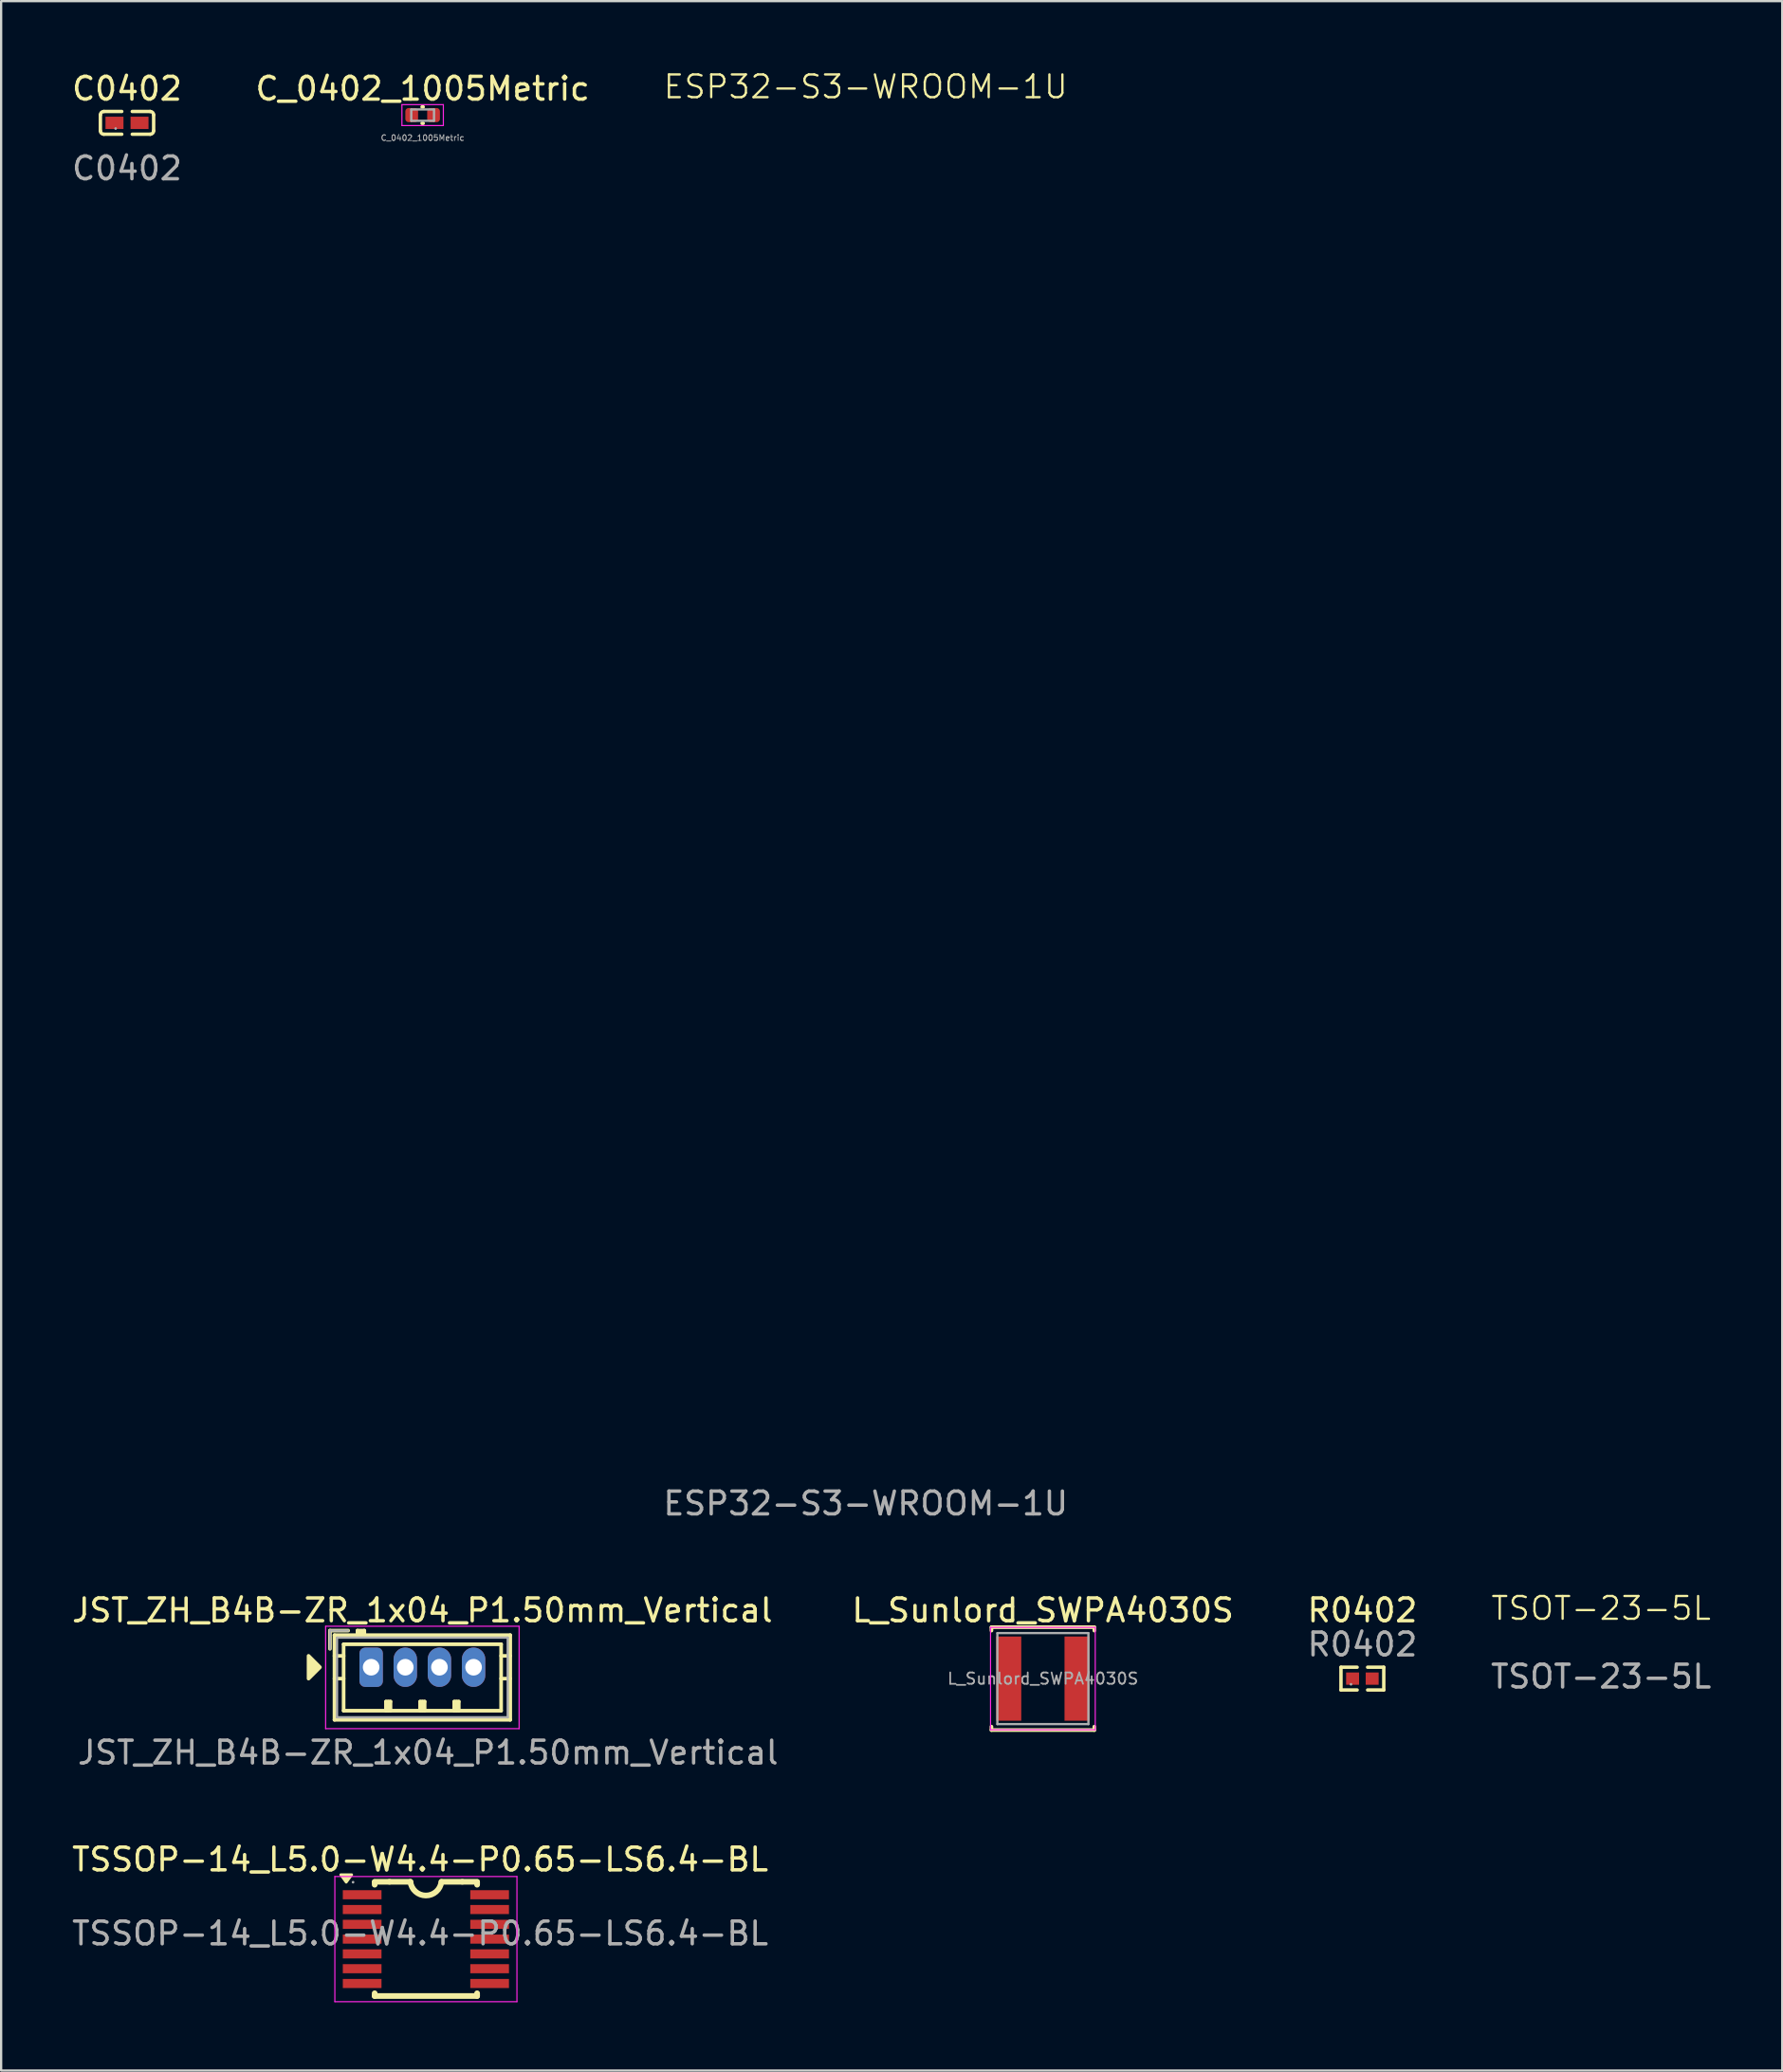
<source format=kicad_pcb>
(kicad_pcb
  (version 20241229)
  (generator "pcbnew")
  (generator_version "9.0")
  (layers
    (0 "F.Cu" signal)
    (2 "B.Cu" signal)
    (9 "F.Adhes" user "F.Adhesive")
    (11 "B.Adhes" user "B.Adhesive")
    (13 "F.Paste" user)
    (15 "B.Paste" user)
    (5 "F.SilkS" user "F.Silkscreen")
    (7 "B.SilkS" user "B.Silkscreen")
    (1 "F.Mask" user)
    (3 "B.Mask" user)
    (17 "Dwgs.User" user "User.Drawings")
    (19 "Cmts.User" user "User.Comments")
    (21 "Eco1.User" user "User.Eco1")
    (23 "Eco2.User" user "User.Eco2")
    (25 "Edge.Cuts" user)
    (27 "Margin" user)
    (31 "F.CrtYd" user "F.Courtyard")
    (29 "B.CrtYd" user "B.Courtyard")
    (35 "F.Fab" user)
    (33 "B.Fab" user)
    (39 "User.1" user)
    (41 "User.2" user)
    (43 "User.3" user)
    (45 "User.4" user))
  (footprint "ESP32-S3-WROOM-1U"
    (layer "F.Cu")
    (at 34.982 33.511)
    (property "Reference" "ESP32-S3-WROOM-1U" (at 0 -32.75 0) (unlocked yes) (layer "F.SilkS") (effects (font (size 1 1) (thickness 0.1))))
    (attr smd)
    (fp_text user "${REFERENCE}" (at 0 29.5 0) (unlocked yes) (layer "F.Fab") (effects (font (size 1 1) (thickness 0.15)))))
  (footprint "C0402"
    (layer "F.Cu")
    (at 2.53 2.348)
    (property "Reference" "C0402" (at 0 -1.5 0) (layer "F.SilkS") (effects (font (size 1 1) (thickness 0.15))))
    (attr smd)
    (fp_line (start -1.17 0.35) (end -1.17 -0.35) (stroke (width 0.15) (type solid)) (layer "F.SilkS"))
    (fp_line (start -1.02 -0.5) (end -0.23 -0.5) (stroke (width 0.15) (type solid)) (layer "F.SilkS"))
    (fp_line (start -0.23 0.5) (end -1.02 0.5) (stroke (width 0.15) (type solid)) (layer "F.SilkS"))
    (fp_line (start 0.23 0.5) (end 1.02 0.5) (stroke (width 0.15) (type solid)) (layer "F.SilkS"))
    (fp_line (start 1.02 -0.5) (end 0.23 -0.5) (stroke (width 0.15) (type solid)) (layer "F.SilkS"))
    (fp_line (start 1.17 0.35) (end 1.17 -0.35) (stroke (width 0.15) (type solid)) (layer "F.SilkS"))
    (fp_arc (start -1.17 -0.35) (mid -1.126066 -0.456066) (end -1.02 -0.5) (stroke (width 0.15) (type solid)) (layer "F.SilkS"))
    (fp_arc (start -1.02 0.5) (mid -1.126066 0.456066) (end -1.17 0.35) (stroke (width 0.15) (type solid)) (layer "F.SilkS"))
    (fp_arc (start 1.02 -0.5) (mid 1.126066 -0.456066) (end 1.17 -0.35) (stroke (width 0.15) (type solid)) (layer "F.SilkS"))
    (fp_arc (start 1.17 0.35) (mid 1.126066 0.456066) (end 1.02 0.5) (stroke (width 0.15) (type solid)) (layer "F.SilkS"))
    (fp_circle (center -0.5 0.25) (end -0.47 0.25) (stroke (width 0.06) (type solid)) (fill no) (layer "F.Fab"))
    (fp_text user "${REFERENCE}" (at 0 2 0) (layer "F.Fab") (effects (font (size 1 1) (thickness 0.15))))
    (pad "1" smd rect (at -0.55 0) (size 0.79 0.54) (layers "F.Cu" "F.Mask" "F.Paste"))
    (pad "2" smd rect (at 0.55 0) (size 0.79 0.54) (layers "F.Cu" "F.Mask" "F.Paste")))
  (footprint "R0402"
    (layer "F.Cu")
    (at 56.804 70.707)
    (property "Reference" "R0402" (at 0 -3 0) (layer "F.SilkS") (effects (font (size 1 1) (thickness 0.15))))
    (attr smd)
    (fp_line (start -0.94 -0.5) (end -0.23 -0.5) (stroke (width 0.15) (type solid)) (layer "F.SilkS"))
    (fp_line (start -0.94 0.5) (end -0.94 -0.5) (stroke (width 0.15) (type solid)) (layer "F.SilkS"))
    (fp_line (start -0.23 0.5) (end -0.94 0.5) (stroke (width 0.15) (type solid)) (layer "F.SilkS"))
    (fp_line (start 0.23 0.5) (end 0.94 0.5) (stroke (width 0.15) (type solid)) (layer "F.SilkS"))
    (fp_line (start 0.94 -0.5) (end 0.23 -0.5) (stroke (width 0.15) (type solid)) (layer "F.SilkS"))
    (fp_line (start 0.94 0.5) (end 0.94 -0.5) (stroke (width 0.15) (type solid)) (layer "F.SilkS"))
    (fp_circle (center -0.5 0.25) (end -0.47 0.25) (stroke (width 0.06) (type solid)) (fill no) (layer "F.Fab"))
    (fp_text user "${REFERENCE}" (at 0 -1.5 0) (layer "F.Fab") (effects (font (size 1 1) (thickness 0.15))))
    (pad "1" smd rect (at -0.43 0) (size 0.57 0.54) (layers "F.Cu" "F.Mask" "F.Paste"))
    (pad "2" smd rect (at 0.43 0) (size 0.57 0.54) (layers "F.Cu" "F.Mask" "F.Paste")))
  (footprint "JST_ZH_B4B-ZR_1x04_P1.50mm_Vertical"
    (layer "F.Cu")
    (at 13.256 70.207)
    (property "Reference" "JST_ZH_B4B-ZR_1x04_P1.50mm_Vertical" (at 2.25 -2.5 0) (layer "F.SilkS") (effects (font (size 1 1) (thickness 0.15))))
    (attr through_hole)
    (fp_line (start -1.81 -1.61) (end -1.81 -0.81) (stroke (width 0.16) (type solid)) (layer "F.SilkS"))
    (fp_line (start -1.61 -1.41) (end -1.61 2.31) (stroke (width 0.16) (type solid)) (layer "F.SilkS"))
    (fp_line (start -1.61 -0.5) (end -1.21 -0.5) (stroke (width 0.16) (type solid)) (layer "F.SilkS"))
    (fp_line (start -1.61 0.5) (end -1.21 0.5) (stroke (width 0.16) (type solid)) (layer "F.SilkS"))
    (fp_line (start -1.61 2.31) (end 6.11 2.31) (stroke (width 0.16) (type solid)) (layer "F.SilkS"))
    (fp_line (start -1.21 -1.01) (end -1.21 1.91) (stroke (width 0.16) (type solid)) (layer "F.SilkS"))
    (fp_line (start -1.21 1.91) (end 5.71 1.91) (stroke (width 0.16) (type solid)) (layer "F.SilkS"))
    (fp_line (start -1.01 -1.61) (end -1.81 -1.61) (stroke (width 0.16) (type solid)) (layer "F.SilkS"))
    (fp_line (start -0.6 -1.61) (end -0.6 -1.41) (stroke (width 0.16) (type solid)) (layer "F.SilkS"))
    (fp_line (start -0.3 -1.61) (end -0.6 -1.61) (stroke (width 0.16) (type solid)) (layer "F.SilkS"))
    (fp_line (start -0.3 -1.51) (end -0.6 -1.51) (stroke (width 0.16) (type solid)) (layer "F.SilkS"))
    (fp_line (start -0.3 -1.41) (end -0.3 -1.61) (stroke (width 0.16) (type solid)) (layer "F.SilkS"))
    (fp_line (start 0.65 1.51) (end 0.85 1.51) (stroke (width 0.16) (type solid)) (layer "F.SilkS"))
    (fp_line (start 0.65 1.91) (end 0.65 1.51) (stroke (width 0.16) (type solid)) (layer "F.SilkS"))
    (fp_line (start 0.75 1.91) (end 0.75 1.51) (stroke (width 0.16) (type solid)) (layer "F.SilkS"))
    (fp_line (start 0.85 1.51) (end 0.85 1.91) (stroke (width 0.16) (type solid)) (layer "F.SilkS"))
    (fp_line (start 2.15 1.51) (end 2.35 1.51) (stroke (width 0.16) (type solid)) (layer "F.SilkS"))
    (fp_line (start 2.15 1.91) (end 2.15 1.51) (stroke (width 0.16) (type solid)) (layer "F.SilkS"))
    (fp_line (start 2.25 1.91) (end 2.25 1.51) (stroke (width 0.16) (type solid)) (layer "F.SilkS"))
    (fp_line (start 2.35 1.51) (end 2.35 1.91) (stroke (width 0.16) (type solid)) (layer "F.SilkS"))
    (fp_line (start 3.65 1.51) (end 3.85 1.51) (stroke (width 0.16) (type solid)) (layer "F.SilkS"))
    (fp_line (start 3.65 1.91) (end 3.65 1.51) (stroke (width 0.16) (type solid)) (layer "F.SilkS"))
    (fp_line (start 3.75 1.91) (end 3.75 1.51) (stroke (width 0.16) (type solid)) (layer "F.SilkS"))
    (fp_line (start 3.85 1.51) (end 3.85 1.91) (stroke (width 0.16) (type solid)) (layer "F.SilkS"))
    (fp_line (start 5.71 -1.01) (end -1.21 -1.01) (stroke (width 0.16) (type solid)) (layer "F.SilkS"))
    (fp_line (start 5.71 1.91) (end 5.71 -1.01) (stroke (width 0.16) (type solid)) (layer "F.SilkS"))
    (fp_line (start 6.11 -1.41) (end -1.61 -1.41) (stroke (width 0.16) (type solid)) (layer "F.SilkS"))
    (fp_line (start 6.11 -0.5) (end 5.71 -0.5) (stroke (width 0.16) (type solid)) (layer "F.SilkS"))
    (fp_line (start 6.11 0.5) (end 5.71 0.5) (stroke (width 0.16) (type solid)) (layer "F.SilkS"))
    (fp_line (start 6.11 2.31) (end 6.11 -1.41) (stroke (width 0.16) (type solid)) (layer "F.SilkS"))
    (fp_poly (pts (xy -2.75 -0.5) (xy -2.25 0) (xy -2.75 0.5)) (stroke (width 0.16) (type solid)) (fill yes) (layer "F.SilkS"))
    (fp_line (start -2 -1.8) (end -2 2.7) (stroke (width 0.05) (type solid)) (layer "F.CrtYd"))
    (fp_line (start -2 2.7) (end 6.5 2.7) (stroke (width 0.05) (type solid)) (layer "F.CrtYd"))
    (fp_line (start 6.5 -1.8) (end -2 -1.8) (stroke (width 0.05) (type solid)) (layer "F.CrtYd"))
    (fp_line (start 6.5 2.7) (end 6.5 -1.8) (stroke (width 0.05) (type solid)) (layer "F.CrtYd"))
    (fp_line (start -1.81 -1.61) (end -1.81 -0.81) (stroke (width 0.1) (type solid)) (layer "F.Fab"))
    (fp_line (start -1.5 -1.3) (end -1.5 2.2) (stroke (width 0.1) (type solid)) (layer "F.Fab"))
    (fp_line (start -1.5 2.2) (end 6 2.2) (stroke (width 0.1) (type solid)) (layer "F.Fab"))
    (fp_line (start -1.01 -1.61) (end -1.81 -1.61) (stroke (width 0.1) (type solid)) (layer "F.Fab"))
    (fp_line (start 6 -1.3) (end -1.5 -1.3) (stroke (width 0.1) (type solid)) (layer "F.Fab"))
    (fp_line (start 6 2.2) (end 6 -1.3) (stroke (width 0.1) (type solid)) (layer "F.Fab"))
    (fp_text user "${REFERENCE}" (at 2.5 3.75 0) (layer "F.Fab") (effects (font (size 1 1) (thickness 0.15))))
    (pad "1" thru_hole roundrect (at 0 0) (size 1.03 1.73) (drill 0.73) (layers "*.Cu" "*.Mask") (roundrect_rratio 0.243))
    (pad "2" thru_hole oval (at 1.5 0) (size 1.03 1.73) (drill 0.73) (layers "*.Cu" "*.Mask"))
    (pad "3" thru_hole oval (at 3 0) (size 1.03 1.73) (drill 0.73) (layers "*.Cu" "*.Mask"))
    (pad "4" thru_hole oval (at 4.5 0) (size 1.03 1.73) (drill 0.73) (layers "*.Cu" "*.Mask")))
  (footprint "TSSOP-14_L5.0-W4.4-P0.65-LS6.4-BL"
    (layer "F.Cu")
    (at 15.411 81.903)
    (property "Reference" "TSSOP-14_L5.0-W4.4-P0.65-LS6.4-BL" (at 0 -3.25 0) (layer "F.SilkS") (effects (font (size 1 1) (thickness 0.15))))
    (attr smd)
    (fp_line (start -2 -2.14) (end -2 -2.25) (stroke (width 0.25) (type solid)) (layer "F.SilkS"))
    (fp_line (start -2 2.75) (end -2 2.63) (stroke (width 0.25) (type solid)) (layer "F.SilkS"))
    (fp_line (start -1.35 -2.27) (end -2 -2.27) (stroke (width 0.25) (type solid)) (layer "F.SilkS"))
    (fp_line (start -1.35 -2.27) (end -0.43 -2.27) (stroke (width 0.25) (type solid)) (layer "F.SilkS"))
    (fp_line (start 0.94 -2.27) (end 1.85 -2.27) (stroke (width 0.25) (type solid)) (layer "F.SilkS"))
    (fp_line (start 1.85 -2.27) (end 2.5 -2.27) (stroke (width 0.25) (type solid)) (layer "F.SilkS"))
    (fp_line (start 2.5 -2.25) (end 2.5 -2.14) (stroke (width 0.25) (type solid)) (layer "F.SilkS"))
    (fp_line (start 2.5 2.63) (end 2.5 2.75) (stroke (width 0.25) (type solid)) (layer "F.SilkS"))
    (fp_line (start 2.5 2.75) (end -2 2.75) (stroke (width 0.25) (type solid)) (layer "F.SilkS"))
    (fp_arc (start 0.929454 -2.265488) (mid 0.247728 -1.665314) (end -0.43 -2.27) (stroke (width 0.25) (type solid)) (layer "F.SilkS"))
    (fp_poly (pts (xy -3.25 -2.25) (xy -3.49 -2.58) (xy -3.01 -2.58) (xy -3.25 -2.25)) (stroke (width 0.12) (type solid)) (fill yes) (layer "F.SilkS"))
    (fp_line (start -3.75 -2.5) (end 4.25 -2.5) (stroke (width 0.05) (type default)) (layer "F.CrtYd"))
    (fp_line (start -3.75 3) (end -3.75 -2.5) (stroke (width 0.05) (type default)) (layer "F.CrtYd"))
    (fp_line (start 4.25 -2.5) (end 4.25 3) (stroke (width 0.05) (type default)) (layer "F.CrtYd"))
    (fp_line (start 4.25 3) (end -3.75 3) (stroke (width 0.05) (type default)) (layer "F.CrtYd"))
    (fp_circle (center -2.95 -2.25) (end -2.95 -2.22) (stroke (width 0.06) (type solid)) (fill no) (layer "F.Fab"))
    (fp_text user "${REFERENCE}" (at 0 0 0) (layer "F.Fab") (effects (font (size 1 1) (thickness 0.15))))
    (pad "1" smd rect (at -2.55 -1.7 270) (size 0.4 1.7) (layers "F.Cu" "F.Mask" "F.Paste"))
    (pad "2" smd rect (at -2.55 -1.05 270) (size 0.4 1.7) (layers "F.Cu" "F.Mask" "F.Paste"))
    (pad "3" smd rect (at -2.55 -0.4 270) (size 0.4 1.7) (layers "F.Cu" "F.Mask" "F.Paste"))
    (pad "4" smd rect (at -2.55 0.25 270) (size 0.4 1.7) (layers "F.Cu" "F.Mask" "F.Paste"))
    (pad "5" smd rect (at -2.55 0.9 270) (size 0.4 1.7) (layers "F.Cu" "F.Mask" "F.Paste"))
    (pad "6" smd rect (at -2.55 1.55 270) (size 0.4 1.7) (layers "F.Cu" "F.Mask" "F.Paste"))
    (pad "7" smd rect (at -2.55 2.2 270) (size 0.4 1.7) (layers "F.Cu" "F.Mask" "F.Paste"))
    (pad "8" smd rect (at 3.05 2.2 270) (size 0.4 1.7) (layers "F.Cu" "F.Mask" "F.Paste"))
    (pad "9" smd rect (at 3.05 1.55 270) (size 0.4 1.7) (layers "F.Cu" "F.Mask" "F.Paste"))
    (pad "10" smd rect (at 3.05 0.9 270) (size 0.4 1.7) (layers "F.Cu" "F.Mask" "F.Paste"))
    (pad "11" smd rect (at 3.05 0.25 270) (size 0.4 1.7) (layers "F.Cu" "F.Mask" "F.Paste"))
    (pad "12" smd rect (at 3.05 -0.4 270) (size 0.4 1.7) (layers "F.Cu" "F.Mask" "F.Paste"))
    (pad "13" smd rect (at 3.05 -1.05 270) (size 0.4 1.7) (layers "F.Cu" "F.Mask" "F.Paste"))
    (pad "14" smd rect (at 3.05 -1.7 270) (size 0.4 1.7) (layers "F.Cu" "F.Mask" "F.Paste")))
  (footprint "C_0402_1005Metric"
    (layer "F.Cu")
    (at 15.518 2.008)
    (property "Reference" "C_0402_1005Metric" (at 0 -1.16 0) (layer "F.SilkS") (effects (font (size 1 1) (thickness 0.15))))
    (attr smd)
    (fp_line (start -0.02 -0.36) (end 0.02 -0.36) (stroke (width 0.16) (type solid)) (layer "F.SilkS"))
    (fp_line (start -0.02 0.36) (end 0.02 0.36) (stroke (width 0.16) (type solid)) (layer "F.SilkS"))
    (fp_line (start -0.91 -0.46) (end 0.91 -0.46) (stroke (width 0.05) (type solid)) (layer "F.CrtYd"))
    (fp_line (start -0.91 0.46) (end -0.91 -0.46) (stroke (width 0.05) (type solid)) (layer "F.CrtYd"))
    (fp_line (start 0.91 -0.46) (end 0.91 0.46) (stroke (width 0.05) (type solid)) (layer "F.CrtYd"))
    (fp_line (start 0.91 0.46) (end -0.91 0.46) (stroke (width 0.05) (type solid)) (layer "F.CrtYd"))
    (fp_line (start -0.5 -0.25) (end 0.5 -0.25) (stroke (width 0.1) (type solid)) (layer "F.Fab"))
    (fp_line (start -0.5 0.25) (end -0.5 -0.25) (stroke (width 0.1) (type solid)) (layer "F.Fab"))
    (fp_line (start 0.5 -0.25) (end 0.5 0.25) (stroke (width 0.1) (type solid)) (layer "F.Fab"))
    (fp_line (start 0.5 0.25) (end -0.5 0.25) (stroke (width 0.1) (type solid)) (layer "F.Fab"))
    (fp_text user "${REFERENCE}" (at 0 1 0) (layer "F.Fab") (effects (font (size 0.25 0.25) (thickness 0.04))))
    (pad "1" smd roundrect (at -0.48 0) (size 0.56 0.62) (layers "F.Cu" "F.Mask" "F.Paste") (roundrect_rratio 0.25))
    (pad "2" smd roundrect (at 0.48 0) (size 0.56 0.62) (layers "F.Cu" "F.Mask" "F.Paste") (roundrect_rratio 0.25)))
  (footprint "TSOT-23-5L"
    (layer "F.Cu")
    (at 67.292 68.119)
    (property "Reference" "TSOT-23-5L" (at 0 -0.5 0) (unlocked yes) (layer "F.SilkS") (effects (font (size 1 1) (thickness 0.1))))
    (attr smd)
    (fp_text user "${REFERENCE}" (at 0 2.5 0) (unlocked yes) (layer "F.Fab") (effects (font (size 1 1) (thickness 0.15)))))
  (footprint "L_Sunlord_SWPA4030S"
    (layer "F.Cu")
    (at 42.768 70.707)
    (property "Reference" "L_Sunlord_SWPA4030S" (at 0 -3 0) (layer "F.SilkS") (effects (font (size 1 1) (thickness 0.15))))
    (attr smd)
    (fp_line (start -2.26 -2.26) (end -2.26 -2.11) (stroke (width 0.16) (type solid)) (layer "F.SilkS"))
    (fp_line (start -2.26 -2.26) (end 2.26 -2.26) (stroke (width 0.16) (type solid)) (layer "F.SilkS"))
    (fp_line (start -2.26 2.26) (end -2.26 2.11) (stroke (width 0.16) (type solid)) (layer "F.SilkS"))
    (fp_line (start -2.26 2.26) (end 2.26 2.26) (stroke (width 0.16) (type solid)) (layer "F.SilkS"))
    (fp_line (start 2.26 -2.26) (end 2.26 -2.11) (stroke (width 0.16) (type solid)) (layer "F.SilkS"))
    (fp_line (start 2.26 2.26) (end 2.26 2.11) (stroke (width 0.16) (type solid)) (layer "F.SilkS"))
    (fp_line (start -2.3 -2.25) (end -2.3 2.25) (stroke (width 0.05) (type solid)) (layer "F.CrtYd"))
    (fp_line (start -2.3 2.25) (end 2.3 2.25) (stroke (width 0.05) (type solid)) (layer "F.CrtYd"))
    (fp_line (start 2.3 -2.25) (end -2.3 -2.25) (stroke (width 0.05) (type solid)) (layer "F.CrtYd"))
    (fp_line (start 2.3 2.25) (end 2.3 -2.25) (stroke (width 0.05) (type solid)) (layer "F.CrtYd"))
    (fp_line (start -2 -2) (end -2 2) (stroke (width 0.1) (type solid)) (layer "F.Fab"))
    (fp_line (start -2 2) (end 2 2) (stroke (width 0.1) (type solid)) (layer "F.Fab"))
    (fp_line (start 2 -2) (end -2 -2) (stroke (width 0.1) (type solid)) (layer "F.Fab"))
    (fp_line (start 2 2) (end 2 -2) (stroke (width 0.1) (type solid)) (layer "F.Fab"))
    (fp_text user "${REFERENCE}" (at 0 0 0) (layer "F.Fab") (effects (font (size 0.5 0.5) (thickness 0.075))))
    (pad "1" smd rect (at -1.5 0) (size 1.1 3.7) (layers "F.Cu" "F.Mask" "F.Paste"))
    (pad "2" smd rect (at 1.5 0) (size 1.1 3.7) (layers "F.Cu" "F.Mask" "F.Paste")))
  (gr_rect
    (start -3 -3)
    (end 75.25 87.928)
    (stroke (width 0.1) (type default))
    (fill no)
    (layer "Edge.Cuts")))
</source>
